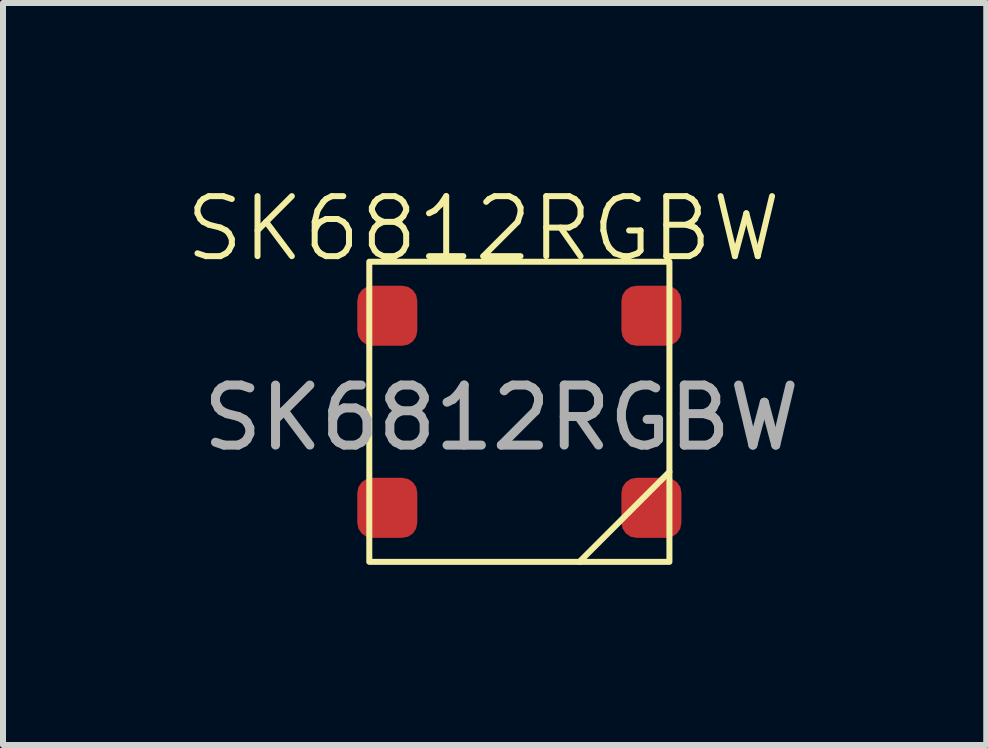
<source format=kicad_pcb>
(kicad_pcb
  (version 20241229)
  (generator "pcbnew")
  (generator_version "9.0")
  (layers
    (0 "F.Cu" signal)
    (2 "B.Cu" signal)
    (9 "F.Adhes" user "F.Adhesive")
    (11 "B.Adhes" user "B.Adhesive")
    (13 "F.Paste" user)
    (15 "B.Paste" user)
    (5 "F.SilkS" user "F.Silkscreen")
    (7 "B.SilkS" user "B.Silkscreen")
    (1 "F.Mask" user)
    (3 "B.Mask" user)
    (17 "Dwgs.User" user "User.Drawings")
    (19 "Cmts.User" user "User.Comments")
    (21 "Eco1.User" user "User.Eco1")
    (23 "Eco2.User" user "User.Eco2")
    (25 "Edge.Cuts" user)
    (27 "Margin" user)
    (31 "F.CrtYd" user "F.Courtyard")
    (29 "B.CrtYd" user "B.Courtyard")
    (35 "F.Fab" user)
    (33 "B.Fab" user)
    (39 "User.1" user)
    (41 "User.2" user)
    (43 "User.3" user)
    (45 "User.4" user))
  (footprint "SK6812RGBW"
    (layer "F.Cu")
    (at 5.302 3.91)
    (property "Reference" "SK6812RGBW" (at -0.3 -3.15 0) (unlocked yes) (layer "F.SilkS") (effects (font (size 1 1) (thickness 0.1))))
    (attr smd)
    (fp_line (start 1.3 2.4) (end 2.8 0.9) (stroke (width 0.1) (type default)) (layer "F.SilkS"))
    (fp_rect (start -2.2 -2.6) (end 2.8 2.4) (stroke (width 0.1) (type default)) (fill no) (layer "F.SilkS"))
    (fp_text user "${REFERENCE}" (at 0 0 0) (unlocked yes) (layer "F.Fab") (effects (font (size 1 1) (thickness 0.15))))
    (pad "1" smd roundrect (at -1.9 -1.7) (size 1 1) (layers "F.Cu" "F.Mask" "F.Paste") (roundrect_rratio 0.25))
    (pad "2" smd roundrect (at -1.9 1.5) (size 1 1) (layers "F.Cu" "F.Mask" "F.Paste") (roundrect_rratio 0.25))
    (pad "3" smd roundrect (at 2.5 1.5) (size 1 1) (layers "F.Cu" "F.Mask" "F.Paste") (roundrect_rratio 0.25))
    (pad "4" smd roundrect (at 2.5 -1.7) (size 1 1) (layers "F.Cu" "F.Mask" "F.Paste") (roundrect_rratio 0.25)))
  (gr_rect
    (start -3 -3)
    (end 13.38 9.361)
    (stroke (width 0.1) (type default))
    (fill no)
    (layer "Edge.Cuts")))
</source>
